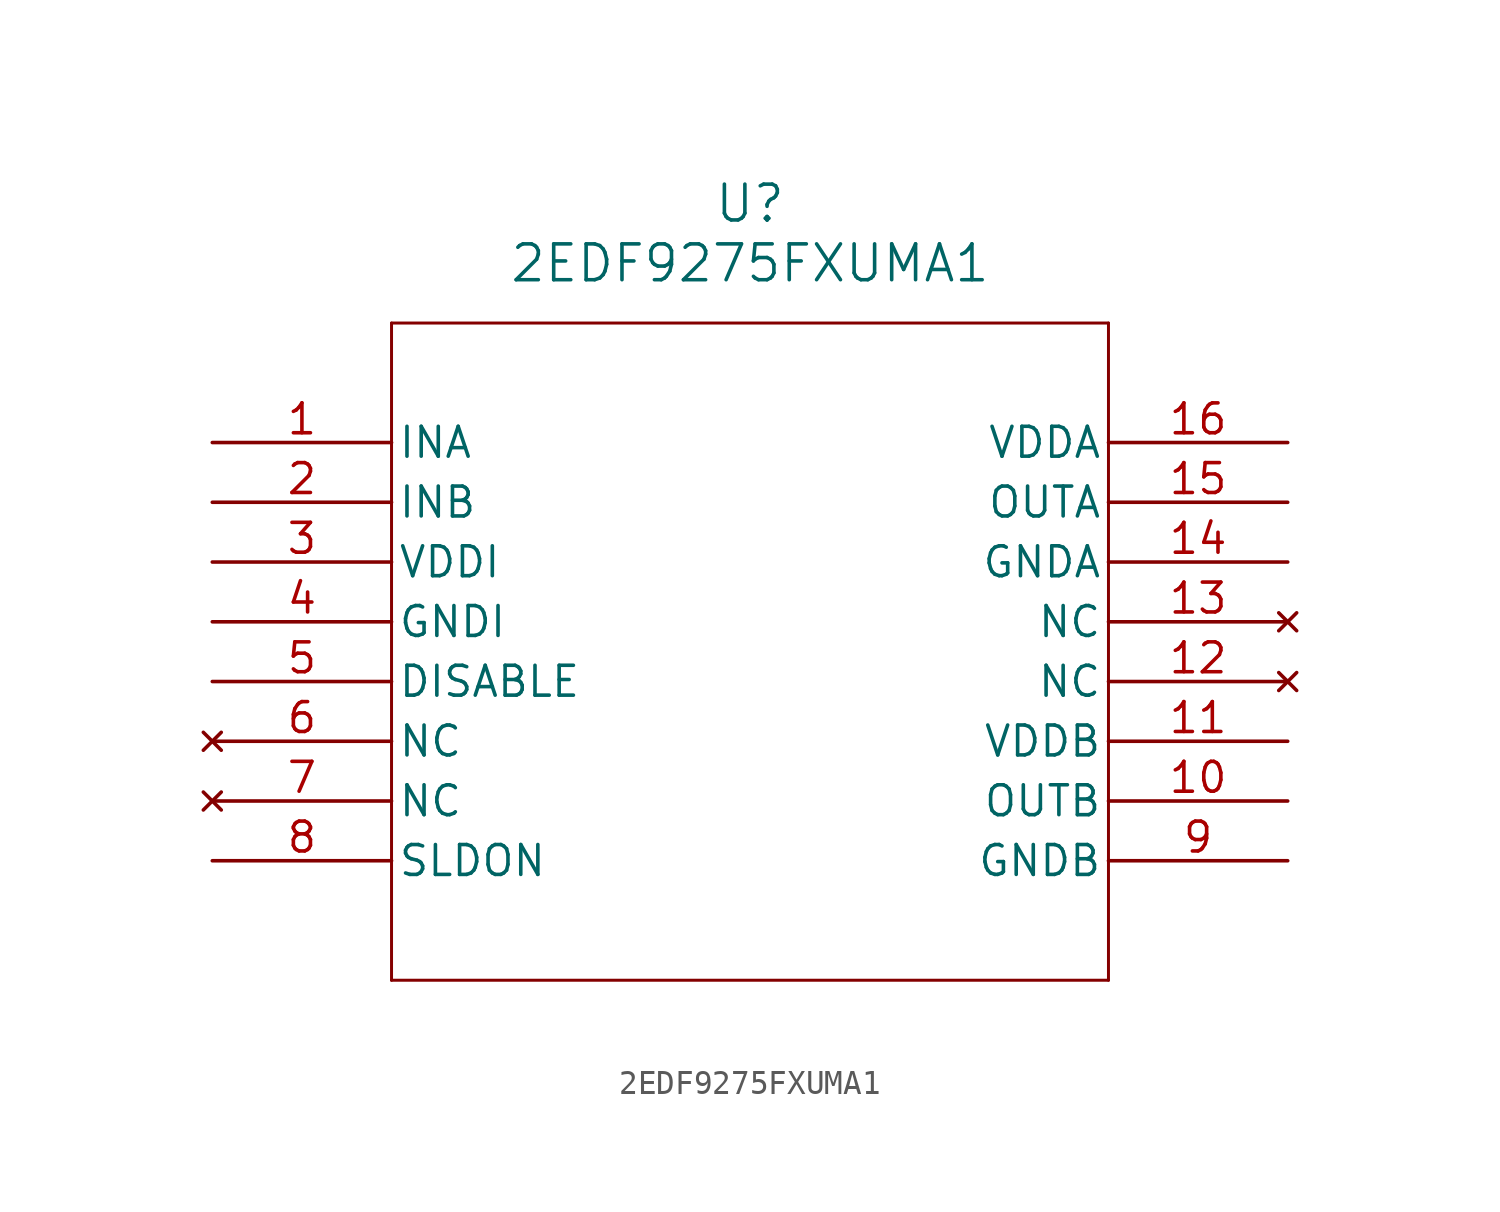
<source format=kicad_sym>
(kicad_symbol_lib
  (version 20211014)
  (generator kicad_symbol_editor)
  (symbol "2EDF9275FXUMA1"
    (pin_names
      (offset 0.254))
    (property "Reference" "U"
      (at 22.86 10.16 0)
      (effects (font (size 1.524 1.524))))
    (property "Value" "2EDF9275FXUMA1"
      (at 22.86 7.62 0)
      (effects (font (size 1.524 1.524))))
    (symbol "2EDF9275FXUMA1_0_1"
      (polyline (pts (xy 7.62 5.08) (xy 7.62 -22.86)) (stroke (width 0.127) (type default) (color 0 0 0 0)) (fill (type none)))
      (polyline (pts (xy 7.62 -22.86) (xy 38.1 -22.86)) (stroke (width 0.127) (type default) (color 0 0 0 0)) (fill (type none)))
      (polyline (pts (xy 38.1 -22.86) (xy 38.1 5.08)) (stroke (width 0.127) (type default) (color 0 0 0 0)) (fill (type none)))
      (polyline (pts (xy 38.1 5.08) (xy 7.62 5.08)) (stroke (width 0.127) (type default) (color 0 0 0 0)) (fill (type none)))
      (pin input line (at 0 0 0) (length 7.62) (name "INA" (effects (font (size 1.27 1.27)))) (number "1" (effects (font (size 1.27 1.27)))))
      (pin input line (at 0 -2.54 0) (length 7.62) (name "INB" (effects (font (size 1.27 1.27)))) (number "2" (effects (font (size 1.27 1.27)))))
      (pin power_in line (at 0 -5.08 0) (length 7.62) (name "VDDI" (effects (font (size 1.27 1.27)))) (number "3" (effects (font (size 1.27 1.27)))))
      (pin power_in line (at 0 -7.62 0) (length 7.62) (name "GNDI" (effects (font (size 1.27 1.27)))) (number "4" (effects (font (size 1.27 1.27)))))
      (pin input line (at 0 -10.16 0) (length 7.62) (name "DISABLE" (effects (font (size 1.27 1.27)))) (number "5" (effects (font (size 1.27 1.27)))))
      (pin no_connect line (at 0 -12.7 0) (length 7.62) (name "NC" (effects (font (size 1.27 1.27)))) (number "6" (effects (font (size 1.27 1.27)))))
      (pin no_connect line (at 0 -15.24 0) (length 7.62) (name "NC" (effects (font (size 1.27 1.27)))) (number "7" (effects (font (size 1.27 1.27)))))
      (pin power_in line (at 0 -17.78 0) (length 7.62) (name "SLDON" (effects (font (size 1.27 1.27)))) (number "8" (effects (font (size 1.27 1.27)))))
      (pin power_in line (at 45.72 -17.78 180) (length 7.62) (name "GNDB" (effects (font (size 1.27 1.27)))) (number "9" (effects (font (size 1.27 1.27)))))
      (pin output line (at 45.72 -15.24 180) (length 7.62) (name "OUTB" (effects (font (size 1.27 1.27)))) (number "10" (effects (font (size 1.27 1.27)))))
      (pin power_in line (at 45.72 -12.7 180) (length 7.62) (name "VDDB" (effects (font (size 1.27 1.27)))) (number "11" (effects (font (size 1.27 1.27)))))
      (pin no_connect line (at 45.72 -10.16 180) (length 7.62) (name "NC" (effects (font (size 1.27 1.27)))) (number "12" (effects (font (size 1.27 1.27)))))
      (pin no_connect line (at 45.72 -7.62 180) (length 7.62) (name "NC" (effects (font (size 1.27 1.27)))) (number "13" (effects (font (size 1.27 1.27)))))
      (pin power_in line (at 45.72 -5.08 180) (length 7.62) (name "GNDA" (effects (font (size 1.27 1.27)))) (number "14" (effects (font (size 1.27 1.27)))))
      (pin output line (at 45.72 -2.54 180) (length 7.62) (name "OUTA" (effects (font (size 1.27 1.27)))) (number "15" (effects (font (size 1.27 1.27)))))
      (pin power_in line (at 45.72 0 180) (length 7.62) (name "VDDA" (effects (font (size 1.27 1.27)))) (number "16" (effects (font (size 1.27 1.27))))))))
</source>
